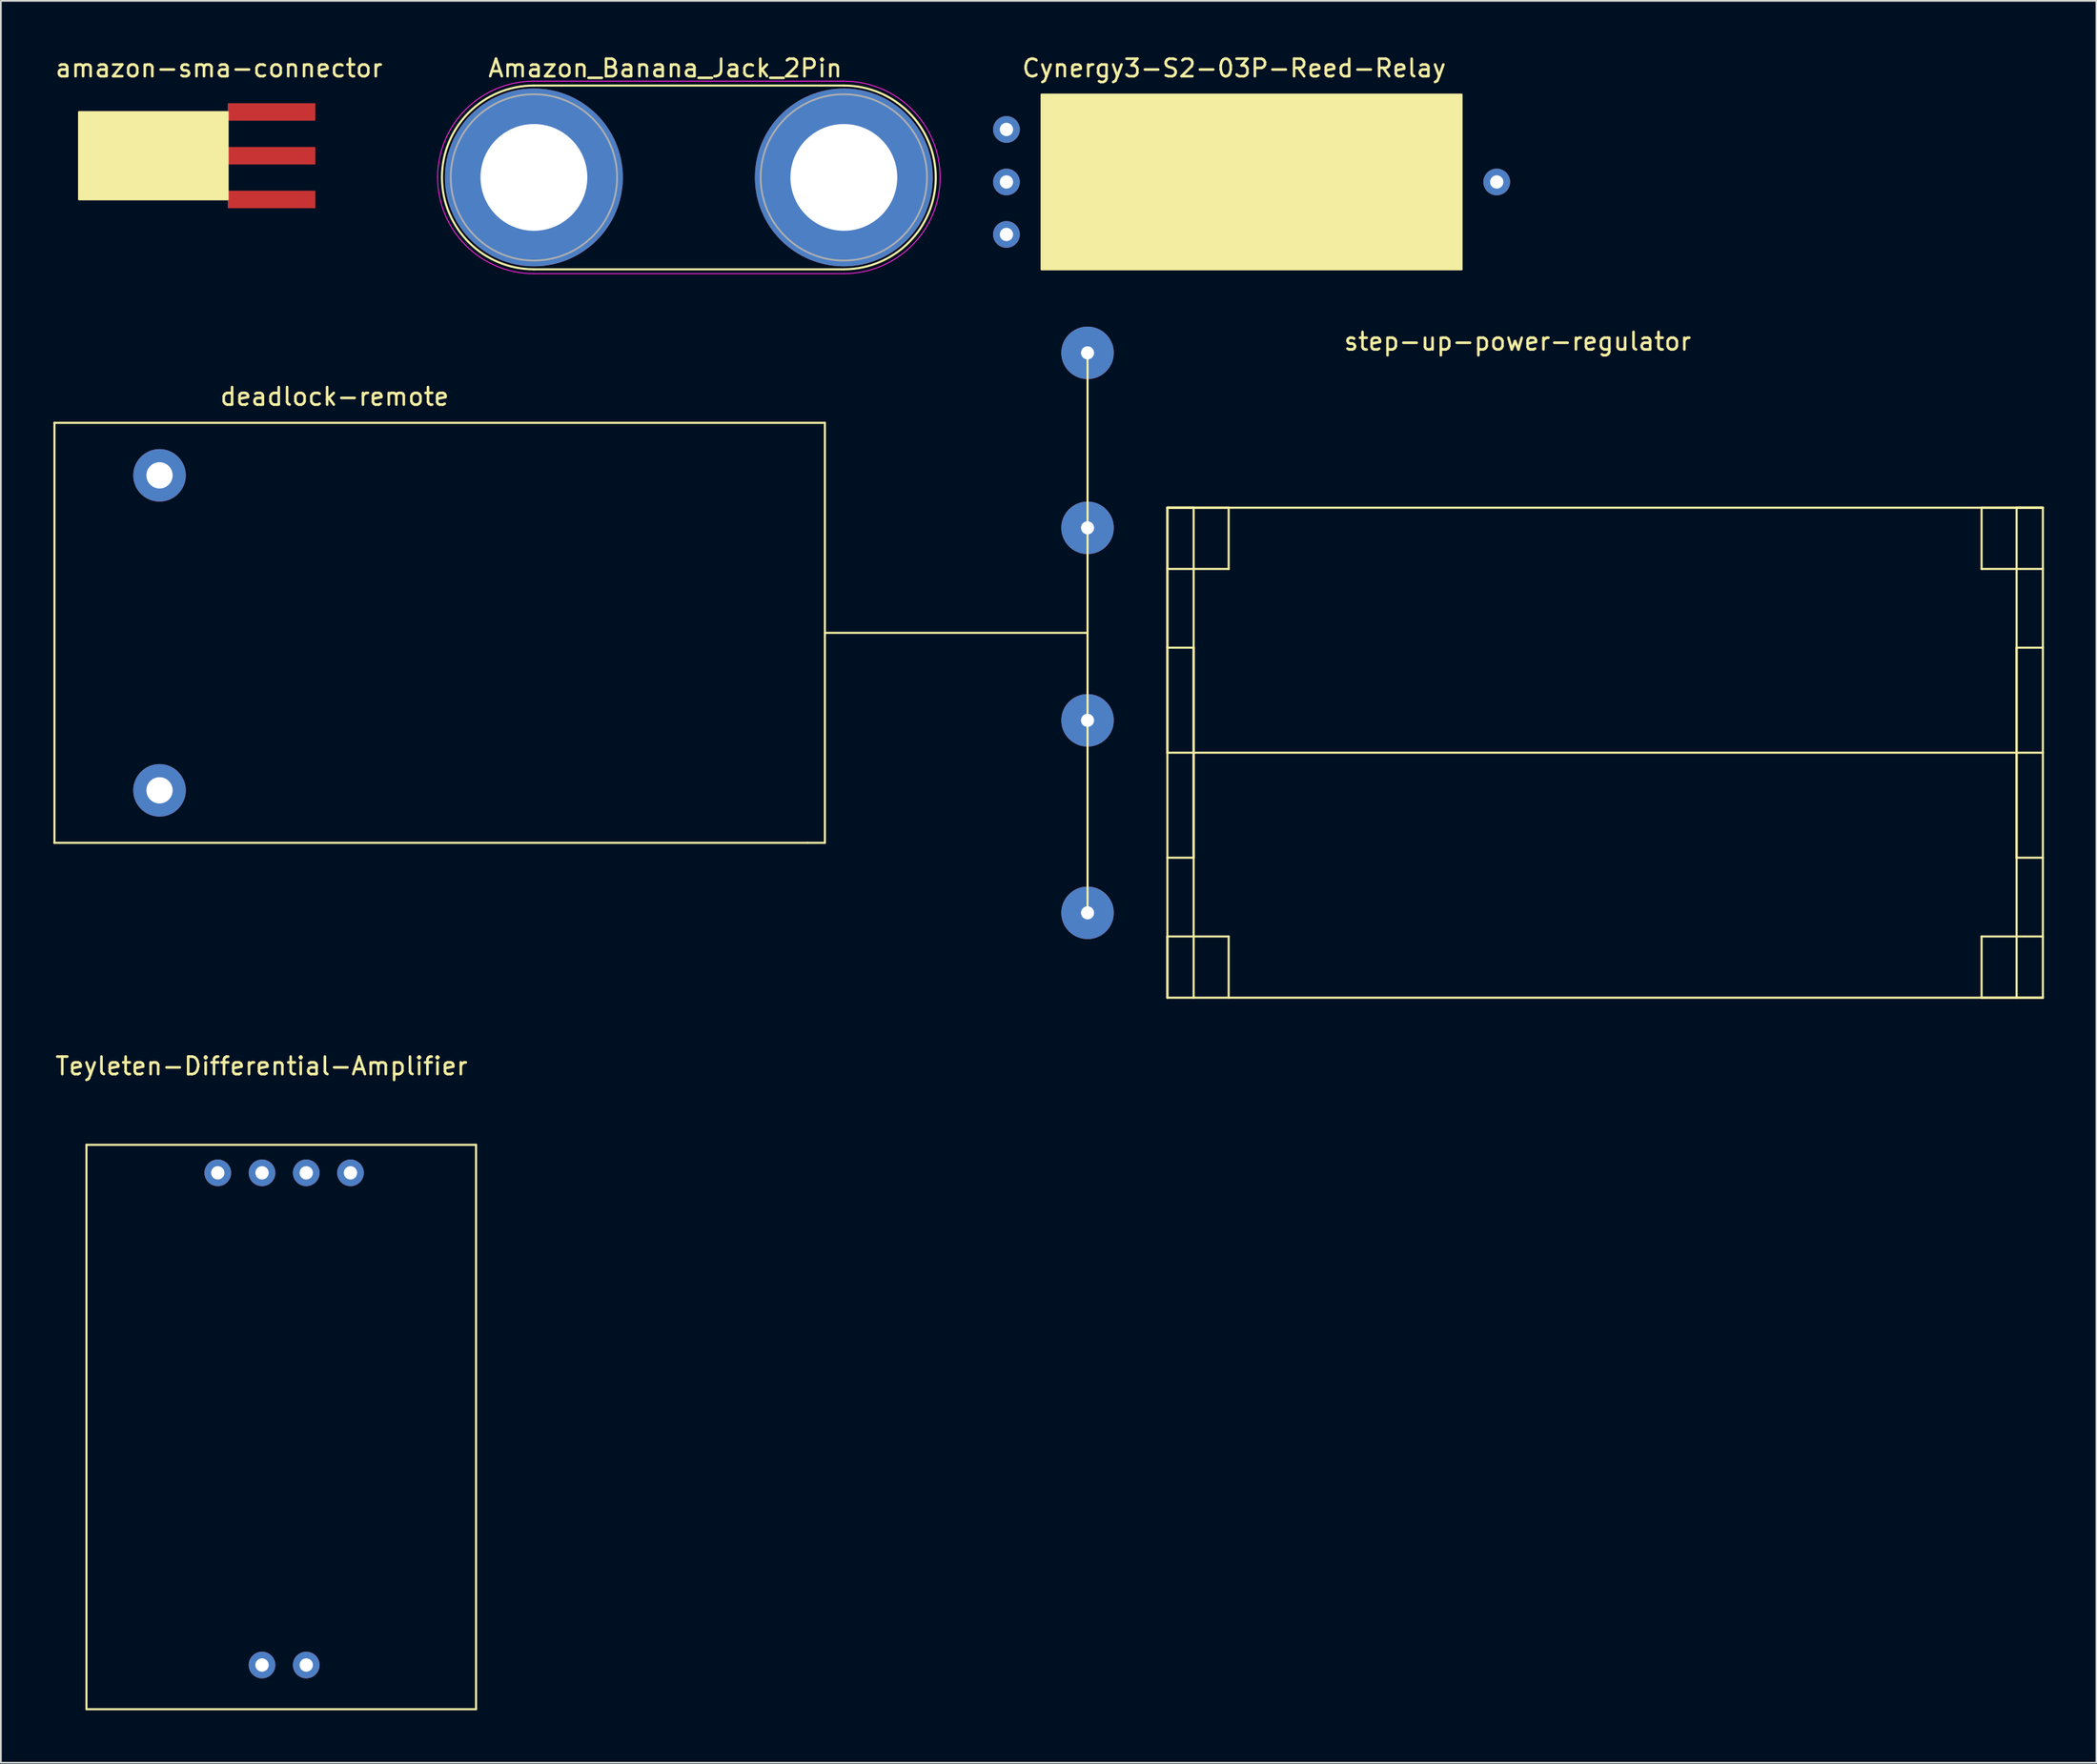
<source format=kicad_pcb>
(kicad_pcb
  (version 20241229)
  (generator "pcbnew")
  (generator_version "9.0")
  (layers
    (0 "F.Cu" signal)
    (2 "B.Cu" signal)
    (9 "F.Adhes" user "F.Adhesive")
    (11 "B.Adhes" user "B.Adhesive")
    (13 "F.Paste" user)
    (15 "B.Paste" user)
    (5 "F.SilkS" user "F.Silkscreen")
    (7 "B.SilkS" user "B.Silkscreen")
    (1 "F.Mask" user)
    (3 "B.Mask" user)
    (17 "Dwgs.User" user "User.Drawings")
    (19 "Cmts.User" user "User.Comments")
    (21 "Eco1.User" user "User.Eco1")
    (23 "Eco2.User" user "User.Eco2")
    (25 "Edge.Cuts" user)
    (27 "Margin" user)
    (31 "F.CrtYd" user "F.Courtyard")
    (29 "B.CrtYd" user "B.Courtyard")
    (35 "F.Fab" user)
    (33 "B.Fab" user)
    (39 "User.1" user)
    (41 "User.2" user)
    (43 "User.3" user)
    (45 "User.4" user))
  (footprint "deadlock-remote"
    (layer "F.Cu")
    (at 16.06 19.113)
    (property "Reference" "deadlock-remote" (at 0 0.5 0) (layer "F.SilkS") (effects (font (size 1 1) (thickness 0.15))))
    (attr through_hole)
    (fp_line (start -16 2) (end -16 26) (stroke (width 0.12) (type solid)) (layer "F.SilkS"))
    (fp_line (start -16 26) (end 27 26) (stroke (width 0.12) (type solid)) (layer "F.SilkS"))
    (fp_line (start 27 26) (end 28 26) (stroke (width 0.12) (type solid)) (layer "F.SilkS"))
    (fp_line (start 28 2) (end -16 2) (stroke (width 0.12) (type solid)) (layer "F.SilkS"))
    (fp_line (start 28 14) (end 43 14) (stroke (width 0.12) (type solid)) (layer "F.SilkS"))
    (fp_line (start 28 26) (end 28 2) (stroke (width 0.12) (type solid)) (layer "F.SilkS"))
    (fp_line (start 43 14) (end 43 -2) (stroke (width 0.12) (type solid)) (layer "F.SilkS"))
    (fp_line (start 43 14) (end 43 30) (stroke (width 0.12) (type solid)) (layer "F.SilkS"))
    (pad "" np_thru_hole circle (at -10 5) (size 3 3) (drill 1.5) (layers "*.Cu" "*.Mask"))
    (pad "" np_thru_hole circle (at -10 23) (size 3 3) (drill 1.5) (layers "*.Cu" "*.Mask"))
    (pad "1" thru_hole circle (at 43 -2) (size 3 3) (drill 0.75) (layers "*.Cu" "*.Mask"))
    (pad "2" thru_hole circle (at 43 8) (size 3 3) (drill 0.75) (layers "*.Cu" "*.Mask"))
    (pad "3" thru_hole circle (at 43 19) (size 3 3) (drill 0.75) (layers "*.Cu" "*.Mask"))
    (pad "4" thru_hole circle (at 43 30) (size 3 3) (drill 0.75) (layers "*.Cu" "*.Mask")))
  (footprint "Teyleten-Differential-Amplifier"
    (layer "F.Cu")
    (at 11.887 57.37)
    (property "Reference" "Teyleten-Differential-Amplifier" (at 0 0.5 0) (layer "F.SilkS") (effects (font (size 1 1) (thickness 0.15))))
    (attr through_hole)
    (fp_line (start -10 5) (end -10 37.25) (stroke (width 0.12) (type solid)) (layer "F.SilkS"))
    (fp_line (start -10 5) (end 12.25 5) (stroke (width 0.12) (type solid)) (layer "F.SilkS"))
    (fp_line (start -10 37.25) (end 12.25 37.25) (stroke (width 0.12) (type solid)) (layer "F.SilkS"))
    (fp_line (start 12.25 37.25) (end 12.25 5) (stroke (width 0.12) (type solid)) (layer "F.SilkS"))
    (pad "1" thru_hole circle (at -2.5 6.6) (size 1.524 1.524) (drill 0.762) (layers "*.Cu" "*.Mask"))
    (pad "2" thru_hole circle (at 0.027 6.6) (size 1.524 1.524) (drill 0.762) (layers "*.Cu" "*.Mask"))
    (pad "3" thru_hole circle (at 2.553 6.6 90) (size 1.524 1.524) (drill 0.762) (layers "*.Cu" "*.Mask"))
    (pad "4" thru_hole circle (at 5.08 6.6 90) (size 1.524 1.524) (drill 0.762) (layers "*.Cu" "*.Mask"))
    (pad "5" thru_hole circle (at 0.027 34.725) (size 1.524 1.524) (drill 0.762) (layers "*.Cu" "*.Mask"))
    (pad "6" thru_hole circle (at 2.553 34.725 90) (size 1.524 1.524) (drill 0.762) (layers "*.Cu" "*.Mask")))
  (footprint "Amazon_Banana_Jack_2Pin"
    (layer "F.Cu")
    (at 27.442 7.088)
    (property "Reference" "Amazon_Banana_Jack_2Pin" (at 7.5 -6.24 0) (layer "F.SilkS") (effects (font (size 1 1) (thickness 0.15))))
    (attr through_hole)
    (fp_line (start 0 5.25) (end 17.7 5.25) (stroke (width 0.12) (type solid)) (layer "F.SilkS"))
    (fp_line (start 17.7 -5.25) (end 0 -5.25) (stroke (width 0.12) (type solid)) (layer "F.SilkS"))
    (fp_arc (start 0 5.25) (mid -5.25 0) (end 0 -5.25) (stroke (width 0.12) (type solid)) (layer "F.SilkS"))
    (fp_arc (start 17.7 -5.25) (mid 22.95 0) (end 17.7 5.25) (stroke (width 0.12) (type solid)) (layer "F.SilkS"))
    (fp_line (start 0 5.5) (end 17.7 5.5) (stroke (width 0.05) (type solid)) (layer "F.CrtYd"))
    (fp_line (start 17.7 -5.5) (end 0 -5.5) (stroke (width 0.05) (type solid)) (layer "F.CrtYd"))
    (fp_arc (start 0 5.5) (mid -5.5 0) (end 0 -5.5) (stroke (width 0.05) (type solid)) (layer "F.CrtYd"))
    (fp_arc (start 17.7 -5.5) (mid 23.2 0) (end 17.7 5.5) (stroke (width 0.05) (type solid)) (layer "F.CrtYd"))
    (fp_circle (center 0 0) (end 2 0) (stroke (width 0.1) (type solid)) (fill no) (layer "F.Fab"))
    (fp_circle (center 0 0) (end 4.75 0) (stroke (width 0.1) (type solid)) (fill no) (layer "F.Fab"))
    (fp_circle (center 17.7 0) (end 19.7 0) (stroke (width 0.1) (type solid)) (fill no) (layer "F.Fab"))
    (fp_circle (center 17.7 0) (end 22.45 0) (stroke (width 0.1) (type solid)) (fill no) (layer "F.Fab"))
    (pad "1" thru_hole circle (at 0 0) (size 10.16 10.16) (drill 6.1) (layers "*.Cu" "*.Mask"))
    (pad "2" thru_hole circle (at 17.7 0) (size 10.16 10.16) (drill 6.1) (layers "*.Cu" "*.Mask")))
  (footprint "amazon-sma-connector"
    (layer "F.Cu")
    (at 9.458 0.348)
    (property "Reference" "amazon-sma-connector" (at 0 0.5 0) (layer "F.SilkS") (effects (font (size 1 1) (thickness 0.15))))
    (attr through_hole)
    (fp_poly (pts (xy 0.5 8) (xy -8 8) (xy -8 3) (xy 0.5 3)) (stroke (width 0.1) (type solid)) (fill yes) (layer "F.SilkS"))
    (pad "1" connect rect (at 3 5.5) (size 5 1) (layers "F.Cu" "F.Mask"))
    (pad "2" connect rect (at 3 3) (size 5 1) (layers "F.Cu" "F.Mask"))
    (pad "2" connect rect (at 3 8) (size 5 1) (layers "F.Cu" "F.Mask")))
  (footprint "Cynergy3-S2-03P-Reed-Relay"
    (layer "F.Cu")
    (at 67.429 0.348)
    (property "Reference" "Cynergy3-S2-03P-Reed-Relay" (at 0 0.5 0) (layer "F.SilkS") (effects (font (size 1 1) (thickness 0.15))))
    (attr through_hole)
    (fp_poly (pts (xy 13 12) (xy -11 12) (xy -11 2) (xy 13 2)) (stroke (width 0.1) (type solid)) (fill yes) (layer "F.SilkS"))
    (pad "1" thru_hole circle (at -13 4) (size 1.524 1.524) (drill 0.762) (layers "*.Cu" "*.Mask"))
    (pad "2" thru_hole circle (at -13 7) (size 1.524 1.524) (drill 0.762) (layers "*.Cu" "*.Mask"))
    (pad "3" thru_hole circle (at -13 10) (size 1.524 1.524) (drill 0.762) (layers "*.Cu" "*.Mask"))
    (pad "4" thru_hole circle (at 15 7) (size 1.524 1.524) (drill 0.762) (layers "*.Cu" "*.Mask")))
  (footprint "step-up-power-regulator"
    (layer "F.Cu")
    (at 83.62 15.961)
    (property "Reference" "step-up-power-regulator" (at 0 0.5 0) (layer "F.SilkS") (effects (font (size 1 1) (thickness 0.15))))
    (attr through_hole)
    (fp_line (start -20 10) (end -20 24) (stroke (width 0.12) (type solid)) (layer "F.SilkS"))
    (fp_line (start -20 10) (end -20 38) (stroke (width 0.12) (type solid)) (layer "F.SilkS"))
    (fp_line (start -20 10) (end -18.5 10) (stroke (width 0.12) (type solid)) (layer "F.SilkS"))
    (fp_line (start -20 10) (end -16.5 10) (stroke (width 0.12) (type solid)) (layer "F.SilkS"))
    (fp_line (start -20 10) (end 30 10) (stroke (width 0.12) (type solid)) (layer "F.SilkS"))
    (fp_line (start -20 24) (end 30 24) (stroke (width 0.12) (type solid)) (layer "F.SilkS"))
    (fp_line (start -20 34.5) (end -16.5 34.5) (stroke (width 0.12) (type solid)) (layer "F.SilkS"))
    (fp_line (start -20 38) (end -20 34.5) (stroke (width 0.12) (type solid)) (layer "F.SilkS"))
    (fp_line (start -18.5 10) (end -18.5 38) (stroke (width 0.12) (type solid)) (layer "F.SilkS"))
    (fp_line (start -18.5 18) (end -20 18) (stroke (width 0.12) (type solid)) (layer "F.SilkS"))
    (fp_line (start -18.5 24) (end -18.5 18) (stroke (width 0.12) (type solid)) (layer "F.SilkS"))
    (fp_line (start -18.5 24) (end -18.5 30) (stroke (width 0.12) (type solid)) (layer "F.SilkS"))
    (fp_line (start -18.5 30) (end -20 30) (stroke (width 0.12) (type solid)) (layer "F.SilkS"))
    (fp_line (start -16.5 10) (end -16.5 13.5) (stroke (width 0.12) (type solid)) (layer "F.SilkS"))
    (fp_line (start -16.5 13.5) (end -20 13.5) (stroke (width 0.12) (type solid)) (layer "F.SilkS"))
    (fp_line (start -16.5 34.5) (end -16.5 38) (stroke (width 0.12) (type solid)) (layer "F.SilkS"))
    (fp_line (start 26.5 10) (end 26.5 13.5) (stroke (width 0.12) (type solid)) (layer "F.SilkS"))
    (fp_line (start 26.5 13.5) (end 30 13.5) (stroke (width 0.12) (type solid)) (layer "F.SilkS"))
    (fp_line (start 26.5 34.5) (end 30 34.5) (stroke (width 0.12) (type solid)) (layer "F.SilkS"))
    (fp_line (start 26.5 38) (end 26.5 34.5) (stroke (width 0.12) (type solid)) (layer "F.SilkS"))
    (fp_line (start 28.5 10) (end 28.5 38) (stroke (width 0.12) (type solid)) (layer "F.SilkS"))
    (fp_line (start 28.5 18) (end 30 18) (stroke (width 0.12) (type solid)) (layer "F.SilkS"))
    (fp_line (start 28.5 24) (end 28.5 18) (stroke (width 0.12) (type solid)) (layer "F.SilkS"))
    (fp_line (start 28.5 24) (end 28.5 30) (stroke (width 0.12) (type solid)) (layer "F.SilkS"))
    (fp_line (start 28.5 30) (end 30 30) (stroke (width 0.12) (type solid)) (layer "F.SilkS"))
    (fp_line (start 30 10) (end 26.5 10) (stroke (width 0.12) (type solid)) (layer "F.SilkS"))
    (fp_line (start 30 10) (end 28.5 10) (stroke (width 0.12) (type solid)) (layer "F.SilkS"))
    (fp_line (start 30 10) (end 30 38) (stroke (width 0.12) (type solid)) (layer "F.SilkS"))
    (fp_line (start 30 38) (end -20 38) (stroke (width 0.12) (type solid)) (layer "F.SilkS"))
    (fp_line (start 30 38) (end 26.5 38) (stroke (width 0.12) (type solid)) (layer "F.SilkS")))
  (gr_rect
    (start -3 -3)
    (end 116.68 97.68)
    (stroke (width 0.1) (type default))
    (fill no)
    (layer "Edge.Cuts")))
</source>
